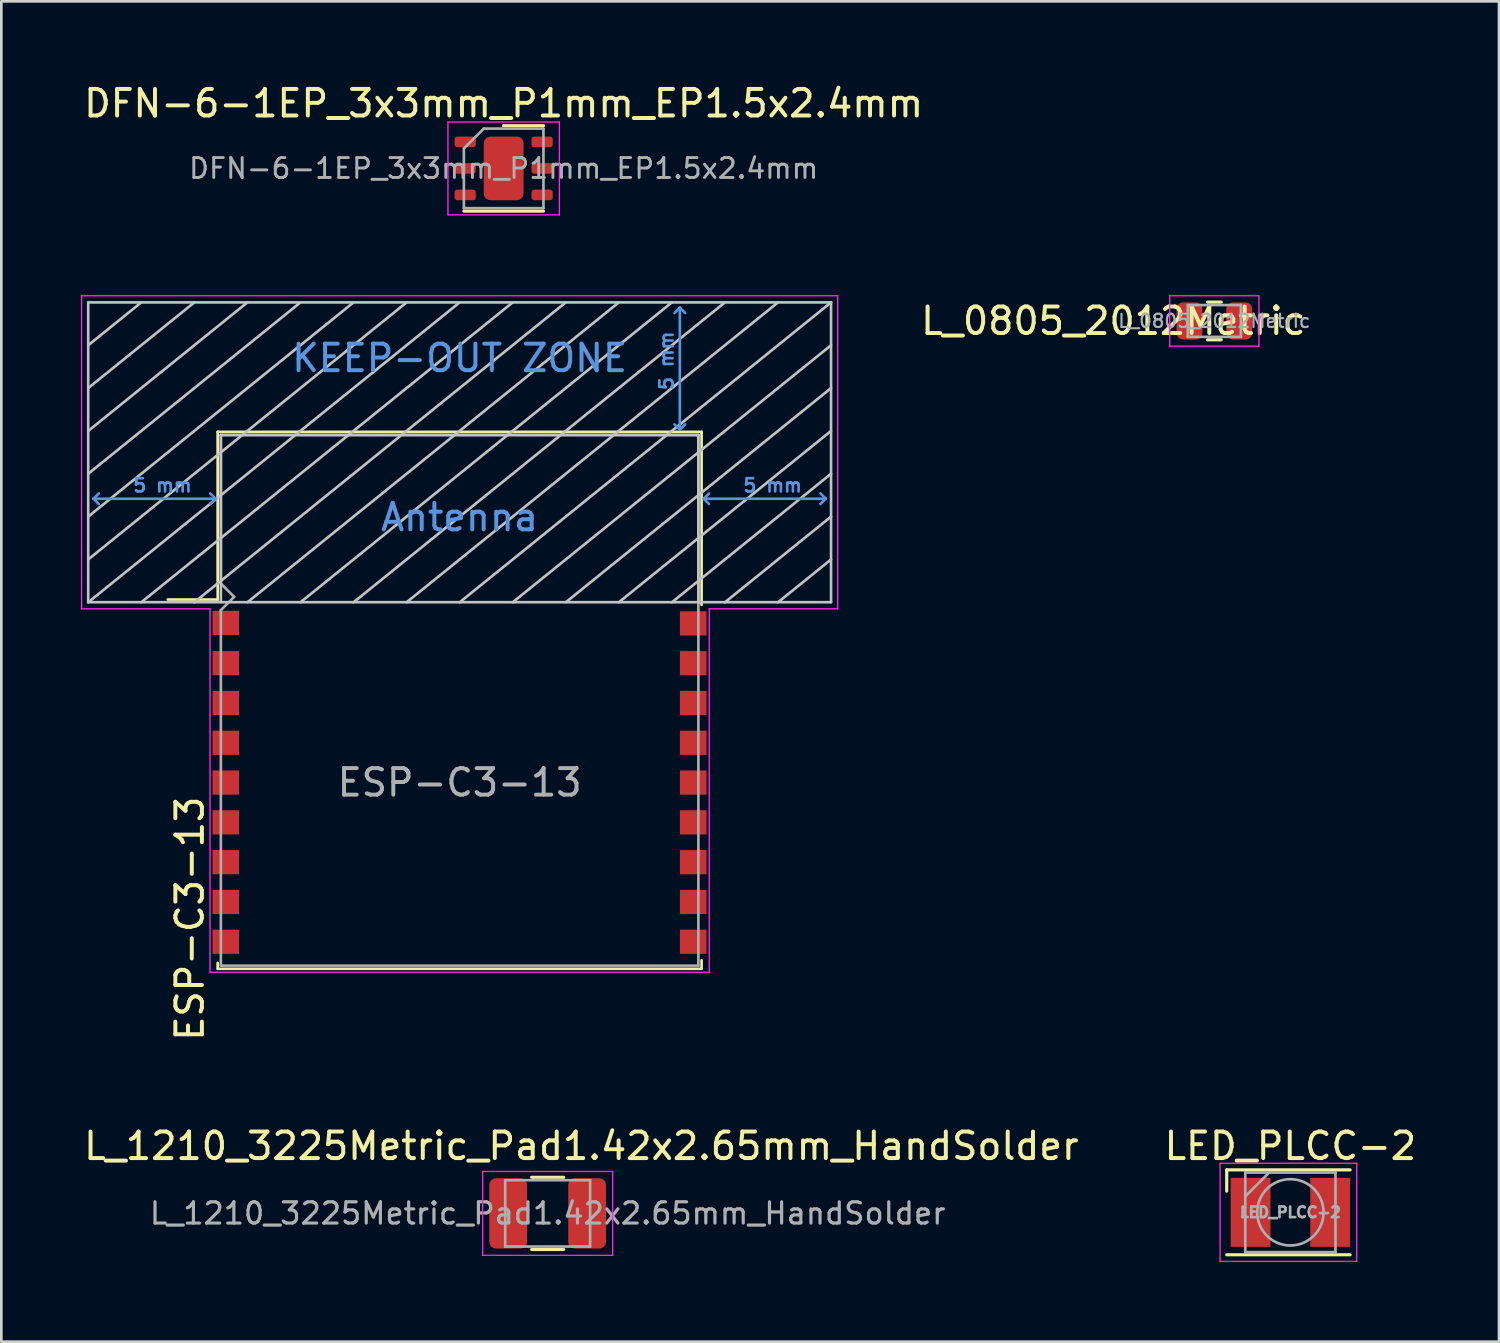
<source format=kicad_pcb>
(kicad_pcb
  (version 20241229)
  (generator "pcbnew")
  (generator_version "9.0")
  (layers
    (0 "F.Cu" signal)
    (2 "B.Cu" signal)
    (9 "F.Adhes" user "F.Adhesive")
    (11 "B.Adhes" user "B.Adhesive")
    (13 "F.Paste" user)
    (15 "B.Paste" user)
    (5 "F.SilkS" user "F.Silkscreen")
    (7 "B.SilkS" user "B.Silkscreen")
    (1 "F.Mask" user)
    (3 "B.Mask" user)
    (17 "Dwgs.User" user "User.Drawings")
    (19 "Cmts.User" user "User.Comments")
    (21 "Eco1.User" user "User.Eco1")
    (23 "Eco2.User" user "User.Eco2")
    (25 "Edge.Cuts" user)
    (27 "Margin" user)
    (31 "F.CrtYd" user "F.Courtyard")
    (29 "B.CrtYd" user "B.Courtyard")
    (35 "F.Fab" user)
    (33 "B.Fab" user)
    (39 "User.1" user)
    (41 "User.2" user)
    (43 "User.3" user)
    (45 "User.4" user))
  (footprint "L_1210_3225Metric_Pad1.42x2.65mm_HandSolder"
    (layer "F.Cu")
    (at 17.593 42.687)
    (property "Reference" "L_1210_3225Metric_Pad1.42x2.65mm_HandSolder" (at 1.27 -2.54 0) (layer "F.SilkS") (effects (font (size 1 1) (thickness 0.15))))
    (attr smd)
    (fp_line (start -0.602 -1.36) (end 0.602 -1.36) (stroke (width 0.12) (type solid)) (layer "F.SilkS"))
    (fp_line (start -0.602 1.36) (end 0.602 1.36) (stroke (width 0.12) (type solid)) (layer "F.SilkS"))
    (fp_line (start -2.45 -1.58) (end 2.45 -1.58) (stroke (width 0.05) (type solid)) (layer "F.CrtYd"))
    (fp_line (start -2.45 1.58) (end -2.45 -1.58) (stroke (width 0.05) (type solid)) (layer "F.CrtYd"))
    (fp_line (start 2.45 -1.58) (end 2.45 1.58) (stroke (width 0.05) (type solid)) (layer "F.CrtYd"))
    (fp_line (start 2.45 1.58) (end -2.45 1.58) (stroke (width 0.05) (type solid)) (layer "F.CrtYd"))
    (fp_line (start -1.6 -1.25) (end 1.6 -1.25) (stroke (width 0.1) (type solid)) (layer "F.Fab"))
    (fp_line (start -1.6 1.25) (end -1.6 -1.25) (stroke (width 0.1) (type solid)) (layer "F.Fab"))
    (fp_line (start 1.6 -1.25) (end 1.6 1.25) (stroke (width 0.1) (type solid)) (layer "F.Fab"))
    (fp_line (start 1.6 1.25) (end -1.6 1.25) (stroke (width 0.1) (type solid)) (layer "F.Fab"))
    (fp_text user "${REFERENCE}" (at 0 0 0) (layer "F.Fab") (effects (font (size 0.8 0.8) (thickness 0.12))))
    (pad "1" smd roundrect (at -1.488 0) (size 1.425 2.65) (layers "F.Cu" "F.Mask" "F.Paste") (roundrect_rratio 0.175))
    (pad "2" smd roundrect (at 1.488 0) (size 1.425 2.65) (layers "F.Cu" "F.Mask" "F.Paste") (roundrect_rratio 0.175)))
  (footprint "DFN-6-1EP_3x3mm_P1mm_EP1.5x2.4mm"
    (layer "F.Cu")
    (at 15.935 3.298)
    (property "Reference" "DFN-6-1EP_3x3mm_P1mm_EP1.5x2.4mm" (at 0 -2.45 0) (layer "F.SilkS") (effects (font (size 1 1) (thickness 0.15))))
    (attr smd)
    (fp_line (start -1.5 1.61) (end 1.5 1.61) (stroke (width 0.12) (type solid)) (layer "F.SilkS"))
    (fp_line (start 0 -1.61) (end 1.5 -1.61) (stroke (width 0.12) (type solid)) (layer "F.SilkS"))
    (fp_line (start -2.1 -1.75) (end -2.1 1.75) (stroke (width 0.05) (type solid)) (layer "F.CrtYd"))
    (fp_line (start -2.1 1.75) (end 2.1 1.75) (stroke (width 0.05) (type solid)) (layer "F.CrtYd"))
    (fp_line (start 2.1 -1.75) (end -2.1 -1.75) (stroke (width 0.05) (type solid)) (layer "F.CrtYd"))
    (fp_line (start 2.1 1.75) (end 2.1 -1.75) (stroke (width 0.05) (type solid)) (layer "F.CrtYd"))
    (fp_line (start -1.5 -0.75) (end -0.75 -1.5) (stroke (width 0.1) (type solid)) (layer "F.Fab"))
    (fp_line (start -1.5 1.5) (end -1.5 -0.75) (stroke (width 0.1) (type solid)) (layer "F.Fab"))
    (fp_line (start -0.75 -1.5) (end 1.5 -1.5) (stroke (width 0.1) (type solid)) (layer "F.Fab"))
    (fp_line (start 1.5 -1.5) (end 1.5 1.5) (stroke (width 0.1) (type solid)) (layer "F.Fab"))
    (fp_line (start 1.5 1.5) (end -1.5 1.5) (stroke (width 0.1) (type solid)) (layer "F.Fab"))
    (fp_text user "${REFERENCE}" (at 0 0 0) (layer "F.Fab") (effects (font (size 0.75 0.75) (thickness 0.11))))
    (pad "" smd roundrect (at -0.375 -0.6) (size 0.6 0.97) (layers "F.Paste") (roundrect_rratio 0.25))
    (pad "" smd roundrect (at -0.375 0.6) (size 0.6 0.97) (layers "F.Paste") (roundrect_rratio 0.25))
    (pad "" smd roundrect (at 0.375 -0.6) (size 0.6 0.97) (layers "F.Paste") (roundrect_rratio 0.25))
    (pad "" smd roundrect (at 0.375 0.6) (size 0.6 0.97) (layers "F.Paste") (roundrect_rratio 0.25))
    (pad "1" smd roundrect (at -1.45 -1) (size 0.8 0.4) (layers "F.Cu" "F.Mask" "F.Paste") (roundrect_rratio 0.25))
    (pad "2" smd roundrect (at -1.45 0) (size 0.8 0.4) (layers "F.Cu" "F.Mask" "F.Paste") (roundrect_rratio 0.25))
    (pad "3" smd roundrect (at -1.45 1) (size 0.8 0.4) (layers "F.Cu" "F.Mask" "F.Paste") (roundrect_rratio 0.25))
    (pad "4" smd roundrect (at 1.45 1) (size 0.8 0.4) (layers "F.Cu" "F.Mask" "F.Paste") (roundrect_rratio 0.25))
    (pad "5" smd roundrect (at 1.45 0) (size 0.8 0.4) (layers "F.Cu" "F.Mask" "F.Paste") (roundrect_rratio 0.25))
    (pad "6" smd roundrect (at 1.45 -1) (size 0.8 0.4) (layers "F.Cu" "F.Mask" "F.Paste") (roundrect_rratio 0.25))
    (pad "7" smd roundrect (at 0 0) (size 1.5 2.4) (layers "F.Cu" "F.Mask") (roundrect_rratio 0.167)))
  (footprint "L_0805_2012Metric"
    (layer "F.Cu")
    (at 42.723 9.048)
    (property "Reference" "L_0805_2012Metric" (at -3.81 0 0) (layer "F.SilkS") (effects (font (size 1 1) (thickness 0.15))))
    (attr smd)
    (fp_line (start -0.259 -0.71) (end 0.259 -0.71) (stroke (width 0.12) (type solid)) (layer "F.SilkS"))
    (fp_line (start -0.259 0.71) (end 0.259 0.71) (stroke (width 0.12) (type solid)) (layer "F.SilkS"))
    (fp_line (start -1.68 -0.95) (end 1.68 -0.95) (stroke (width 0.05) (type solid)) (layer "F.CrtYd"))
    (fp_line (start -1.68 0.95) (end -1.68 -0.95) (stroke (width 0.05) (type solid)) (layer "F.CrtYd"))
    (fp_line (start 1.68 -0.95) (end 1.68 0.95) (stroke (width 0.05) (type solid)) (layer "F.CrtYd"))
    (fp_line (start 1.68 0.95) (end -1.68 0.95) (stroke (width 0.05) (type solid)) (layer "F.CrtYd"))
    (fp_line (start -1 -0.6) (end 1 -0.6) (stroke (width 0.1) (type solid)) (layer "F.Fab"))
    (fp_line (start -1 0.6) (end -1 -0.6) (stroke (width 0.1) (type solid)) (layer "F.Fab"))
    (fp_line (start 1 -0.6) (end 1 0.6) (stroke (width 0.1) (type solid)) (layer "F.Fab"))
    (fp_line (start 1 0.6) (end -1 0.6) (stroke (width 0.1) (type solid)) (layer "F.Fab"))
    (fp_text user "${REFERENCE}" (at 0 0 0) (layer "F.Fab") (effects (font (size 0.5 0.5) (thickness 0.08))))
    (pad "1" smd roundrect (at -0.938 0) (size 0.975 1.4) (layers "F.Cu" "F.Mask" "F.Paste") (roundrect_rratio 0.25))
    (pad "2" smd roundrect (at 0.938 0) (size 0.975 1.4) (layers "F.Cu" "F.Mask" "F.Paste") (roundrect_rratio 0.25)))
  (footprint "LED_PLCC-2"
    (layer "F.Cu")
    (at 45.589 42.647)
    (property "Reference" "LED_PLCC-2" (at 0 -2.5 0) (layer "F.SilkS") (effects (font (size 1 1) (thickness 0.15))))
    (attr smd)
    (fp_line (start -2.4 -1.6) (end -2.4 -0.8) (stroke (width 0.12) (type solid)) (layer "F.SilkS"))
    (fp_line (start 2.25 -1.6) (end -2.4 -1.6) (stroke (width 0.12) (type solid)) (layer "F.SilkS"))
    (fp_line (start 2.25 1.6) (end -2.4 1.6) (stroke (width 0.12) (type solid)) (layer "F.SilkS"))
    (fp_line (start -2.65 -1.85) (end 2.5 -1.85) (stroke (width 0.05) (type solid)) (layer "F.CrtYd"))
    (fp_line (start -2.65 1.85) (end -2.65 -1.85) (stroke (width 0.05) (type solid)) (layer "F.CrtYd"))
    (fp_line (start 2.5 -1.85) (end 2.5 1.85) (stroke (width 0.05) (type solid)) (layer "F.CrtYd"))
    (fp_line (start 2.5 1.85) (end -2.65 1.85) (stroke (width 0.05) (type solid)) (layer "F.CrtYd"))
    (fp_line (start -1.7 -1.5) (end -1.7 1.5) (stroke (width 0.1) (type solid)) (layer "F.Fab"))
    (fp_line (start -1.7 -0.6) (end -0.8 -1.5) (stroke (width 0.1) (type solid)) (layer "F.Fab"))
    (fp_line (start -1.7 1.5) (end 1.7 1.5) (stroke (width 0.1) (type solid)) (layer "F.Fab"))
    (fp_line (start 1.7 -1.5) (end -1.7 -1.5) (stroke (width 0.1) (type solid)) (layer "F.Fab"))
    (fp_line (start 1.7 1.5) (end 1.7 -1.5) (stroke (width 0.1) (type solid)) (layer "F.Fab"))
    (fp_circle (center 0 0) (end 0 -1.25) (stroke (width 0.1) (type solid)) (fill no) (layer "F.Fab"))
    (fp_text user "${REFERENCE}" (at 0 0 0) (layer "F.Fab") (effects (font (size 0.4 0.4) (thickness 0.1))))
    (pad "1" smd rect (at -1.5 0) (size 1.5 2.6) (layers "F.Cu" "F.Mask" "F.Paste"))
    (pad "2" smd rect (at 1.5 0) (size 1.5 2.6) (layers "F.Cu" "F.Mask" "F.Paste")))
  (footprint "ESP-C3-13"
    (layer "F.Cu")
    (at 14.275 26.448)
    (property "Reference" "ESP-C3-13" (at -10.17 5.13 90) (layer "F.SilkS") (effects (font (size 1 1) (thickness 0.15))))
    (attr smd)
    (fp_line (start -9.12 -13.22) (end -9.12 -6.9) (stroke (width 0.1) (type solid)) (layer "F.SilkS"))
    (fp_line (start -9.12 -13.22) (end 9.12 -13.22) (stroke (width 0.1) (type solid)) (layer "F.SilkS"))
    (fp_line (start -9.12 -6.9) (end -11 -6.9) (stroke (width 0.1) (type solid)) (layer "F.SilkS"))
    (fp_line (start -9.12 6.8) (end -9.12 7.02) (stroke (width 0.1) (type solid)) (layer "F.SilkS"))
    (fp_line (start -9.12 7.02) (end 9.119 7.02) (stroke (width 0.1) (type solid)) (layer "F.SilkS"))
    (fp_line (start 9.12 -13.22) (end 9.12 -6.7) (stroke (width 0.1) (type solid)) (layer "F.SilkS"))
    (fp_line (start 9.12 6.7) (end 9.12 7) (stroke (width 0.1) (type solid)) (layer "F.SilkS"))
    (fp_line (start -14 -6.8) (end -14 -18.1) (stroke (width 0.1) (type solid)) (layer "Dwgs.User"))
    (fp_line (start -12 -18.1) (end -14 -16.485) (stroke (width 0.1) (type solid)) (layer "Dwgs.User"))
    (fp_line (start -10 -18.1) (end -14 -14.87) (stroke (width 0.1) (type solid)) (layer "Dwgs.User"))
    (fp_line (start -9 -13.1) (end 9 -13.1) (stroke (width 0.1) (type solid)) (layer "Dwgs.User"))
    (fp_line (start -9 -6.8) (end -9 -13.1) (stroke (width 0.1) (type solid)) (layer "Dwgs.User"))
    (fp_line (start -8 -18.1) (end -14 -13.255) (stroke (width 0.1) (type solid)) (layer "Dwgs.User"))
    (fp_line (start -8 -6.795) (end 6 -18.1) (stroke (width 0.1) (type solid)) (layer "Dwgs.User"))
    (fp_line (start -6 -18.1) (end -14 -11.64) (stroke (width 0.1) (type solid)) (layer "Dwgs.User"))
    (fp_line (start -4 -18.1) (end -14 -10.025) (stroke (width 0.1) (type solid)) (layer "Dwgs.User"))
    (fp_line (start -2 -18.1) (end -14 -8.41) (stroke (width 0.1) (type solid)) (layer "Dwgs.User"))
    (fp_line (start 0 -18.1) (end -14 -6.795) (stroke (width 0.1) (type solid)) (layer "Dwgs.User"))
    (fp_line (start 2 -18.1) (end -12 -6.795) (stroke (width 0.1) (type solid)) (layer "Dwgs.User"))
    (fp_line (start 4 -18.1) (end -10 -6.795) (stroke (width 0.1) (type solid)) (layer "Dwgs.User"))
    (fp_line (start 8 -18.1) (end -6 -6.795) (stroke (width 0.1) (type solid)) (layer "Dwgs.User"))
    (fp_line (start 9 -13.1) (end 9 -6.78) (stroke (width 0.1) (type solid)) (layer "Dwgs.User"))
    (fp_line (start 10 -18.1) (end -4 -6.795) (stroke (width 0.1) (type solid)) (layer "Dwgs.User"))
    (fp_line (start 12 -18.1) (end -2 -6.795) (stroke (width 0.1) (type solid)) (layer "Dwgs.User"))
    (fp_line (start 14 -18.1) (end -14 -18.1) (stroke (width 0.1) (type solid)) (layer "Dwgs.User"))
    (fp_line (start 14 -18.1) (end 0 -6.795) (stroke (width 0.1) (type solid)) (layer "Dwgs.User"))
    (fp_line (start 14 -16.485) (end 2 -6.795) (stroke (width 0.1) (type solid)) (layer "Dwgs.User"))
    (fp_line (start 14 -14.87) (end 4 -6.795) (stroke (width 0.1) (type solid)) (layer "Dwgs.User"))
    (fp_line (start 14 -13.255) (end 6 -6.795) (stroke (width 0.1) (type solid)) (layer "Dwgs.User"))
    (fp_line (start 14 -11.64) (end 8 -6.795) (stroke (width 0.1) (type solid)) (layer "Dwgs.User"))
    (fp_line (start 14 -10.025) (end 10 -6.795) (stroke (width 0.1) (type solid)) (layer "Dwgs.User"))
    (fp_line (start 14 -8.41) (end 12 -6.795) (stroke (width 0.1) (type solid)) (layer "Dwgs.User"))
    (fp_line (start 14 -6.8) (end -14 -6.8) (stroke (width 0.1) (type solid)) (layer "Dwgs.User"))
    (fp_line (start 14 -6.8) (end 14 -18.1) (stroke (width 0.1) (type solid)) (layer "Dwgs.User"))
    (fp_line (start -13.8 -10.7) (end -13.6 -10.9) (stroke (width 0.1) (type solid)) (layer "Cmts.User"))
    (fp_line (start -13.8 -10.7) (end -13.6 -10.5) (stroke (width 0.1) (type solid)) (layer "Cmts.User"))
    (fp_line (start -13.8 -10.7) (end -9.2 -10.7) (stroke (width 0.1) (type solid)) (layer "Cmts.User"))
    (fp_line (start -9.2 -10.7) (end -9.4 -10.9) (stroke (width 0.1) (type solid)) (layer "Cmts.User"))
    (fp_line (start -9.2 -10.7) (end -9.4 -10.5) (stroke (width 0.1) (type solid)) (layer "Cmts.User"))
    (fp_line (start 8.3 -17.9) (end 8.1 -17.7) (stroke (width 0.1) (type solid)) (layer "Cmts.User"))
    (fp_line (start 8.3 -17.9) (end 8.5 -17.7) (stroke (width 0.1) (type solid)) (layer "Cmts.User"))
    (fp_line (start 8.3 -13.3) (end 8.1 -13.5) (stroke (width 0.1) (type solid)) (layer "Cmts.User"))
    (fp_line (start 8.3 -13.3) (end 8.3 -17.9) (stroke (width 0.1) (type solid)) (layer "Cmts.User"))
    (fp_line (start 8.3 -13.3) (end 8.5 -13.5) (stroke (width 0.1) (type solid)) (layer "Cmts.User"))
    (fp_line (start 9.2 -10.7) (end 9.4 -10.9) (stroke (width 0.1) (type solid)) (layer "Cmts.User"))
    (fp_line (start 9.2 -10.7) (end 9.4 -10.5) (stroke (width 0.1) (type solid)) (layer "Cmts.User"))
    (fp_line (start 9.2 -10.7) (end 13.8 -10.7) (stroke (width 0.1) (type solid)) (layer "Cmts.User"))
    (fp_line (start 13.8 -10.7) (end 13.6 -10.9) (stroke (width 0.1) (type solid)) (layer "Cmts.User"))
    (fp_line (start 13.8 -10.7) (end 13.6 -10.5) (stroke (width 0.1) (type solid)) (layer "Cmts.User"))
    (fp_line (start -14.25 -18.35) (end -14.25 -6.55) (stroke (width 0.05) (type solid)) (layer "F.CrtYd"))
    (fp_line (start -14.25 -18.35) (end 14.25 -18.35) (stroke (width 0.05) (type solid)) (layer "F.CrtYd"))
    (fp_line (start -14.25 -6.55) (end -9.41 -6.55) (stroke (width 0.05) (type solid)) (layer "F.CrtYd"))
    (fp_line (start -9.41 7.15) (end -9.41 -6.55) (stroke (width 0.05) (type solid)) (layer "F.CrtYd"))
    (fp_line (start -9.41 7.15) (end 9.41 7.15) (stroke (width 0.05) (type solid)) (layer "F.CrtYd"))
    (fp_line (start 9.41 -6.55) (end 9.41 7.15) (stroke (width 0.05) (type solid)) (layer "F.CrtYd"))
    (fp_line (start 9.41 -6.55) (end 14.25 -6.55) (stroke (width 0.05) (type solid)) (layer "F.CrtYd"))
    (fp_line (start 14.25 -18.35) (end 14.25 -6.55) (stroke (width 0.05) (type solid)) (layer "F.CrtYd"))
    (fp_line (start -9 -13.1) (end -9 -7.5) (stroke (width 0.1) (type solid)) (layer "F.Fab"))
    (fp_line (start -9 -13.1) (end 9 -13.1) (stroke (width 0.1) (type solid)) (layer "F.Fab"))
    (fp_line (start -9 -7.5) (end -8.5 -7) (stroke (width 0.1) (type solid)) (layer "F.Fab"))
    (fp_line (start -9 -6.5) (end -9 6.9) (stroke (width 0.1) (type solid)) (layer "F.Fab"))
    (fp_line (start -9 6.9) (end 9 6.9) (stroke (width 0.1) (type solid)) (layer "F.Fab"))
    (fp_line (start -8.5 -7) (end -9 -6.5) (stroke (width 0.1) (type solid)) (layer "F.Fab"))
    (fp_line (start 9 6.9) (end 9 -13.1) (stroke (width 0.1) (type solid)) (layer "F.Fab"))
    (fp_text user "5 mm" (at 7.8 -15.9 90) (layer "Cmts.User") (effects (font (size 0.5 0.5) (thickness 0.1))))
    (fp_text user "5 mm" (at -11.2 -11.2 0) (layer "Cmts.User") (effects (font (size 0.5 0.5) (thickness 0.1))))
    (fp_text user "5 mm" (at 11.8 -11.2 0) (layer "Cmts.User") (effects (font (size 0.5 0.5) (thickness 0.1))))
    (fp_text user "KEEP-OUT ZONE" (at 0 -16 0) (layer "Cmts.User") (effects (font (size 1 1) (thickness 0.15))))
    (fp_text user "Antenna" (at 0 -10 0) (layer "Cmts.User") (effects (font (size 1 1) (thickness 0.15))))
    (fp_text user "${REFERENCE}" (at 0 0 0) (layer "F.Fab") (effects (font (size 1 1) (thickness 0.15))))
    (pad "1" smd rect (at -8.814 -6.02) (size 1 0.912) (layers "F.Cu" "F.Mask" "F.Paste"))
    (pad "2" smd rect (at -8.814 -4.5) (size 1 0.912) (layers "F.Cu" "F.Mask" "F.Paste"))
    (pad "3" smd rect (at -8.814 -3) (size 1 0.912) (layers "F.Cu" "F.Mask" "F.Paste"))
    (pad "4" smd rect (at -8.814 -1.5) (size 1 0.912) (layers "F.Cu" "F.Mask" "F.Paste"))
    (pad "5" smd rect (at -8.814 0) (size 1 0.912) (layers "F.Cu" "F.Mask" "F.Paste"))
    (pad "6" smd rect (at -8.814 1.5) (size 1 0.912) (layers "F.Cu" "F.Mask" "F.Paste"))
    (pad "7" smd rect (at -8.814 3) (size 1 0.912) (layers "F.Cu" "F.Mask" "F.Paste"))
    (pad "8" smd rect (at -8.814 4.5) (size 1 0.912) (layers "F.Cu" "F.Mask" "F.Paste"))
    (pad "9" smd rect (at -8.814 6) (size 1 0.912) (layers "F.Cu" "F.Mask" "F.Paste"))
    (pad "10" smd rect (at 8.803 6) (size 1 0.912) (layers "F.Cu" "F.Mask" "F.Paste"))
    (pad "11" smd rect (at 8.803 4.5) (size 1 0.912) (layers "F.Cu" "F.Mask" "F.Paste"))
    (pad "12" smd rect (at 8.803 3) (size 1 0.912) (layers "F.Cu" "F.Mask" "F.Paste"))
    (pad "13" smd rect (at 8.803 1.5) (size 1 0.912) (layers "F.Cu" "F.Mask" "F.Paste"))
    (pad "14" smd rect (at 8.803 0) (size 1 0.912) (layers "F.Cu" "F.Mask" "F.Paste"))
    (pad "15" smd rect (at 8.803 -1.5) (size 1 0.912) (layers "F.Cu" "F.Mask" "F.Paste"))
    (pad "16" smd rect (at 8.803 -3) (size 1 0.912) (layers "F.Cu" "F.Mask" "F.Paste"))
    (pad "17" smd rect (at 8.803 -4.5) (size 1 0.912) (layers "F.Cu" "F.Mask" "F.Paste"))
    (pad "18" smd rect (at 8.803 -6) (size 1 0.912) (layers "F.Cu" "F.Mask" "F.Paste")))
  (gr_rect
    (start -3 -3)
    (end 53.452 47.522)
    (stroke (width 0.1) (type default))
    (fill no)
    (layer "Edge.Cuts")))
</source>
